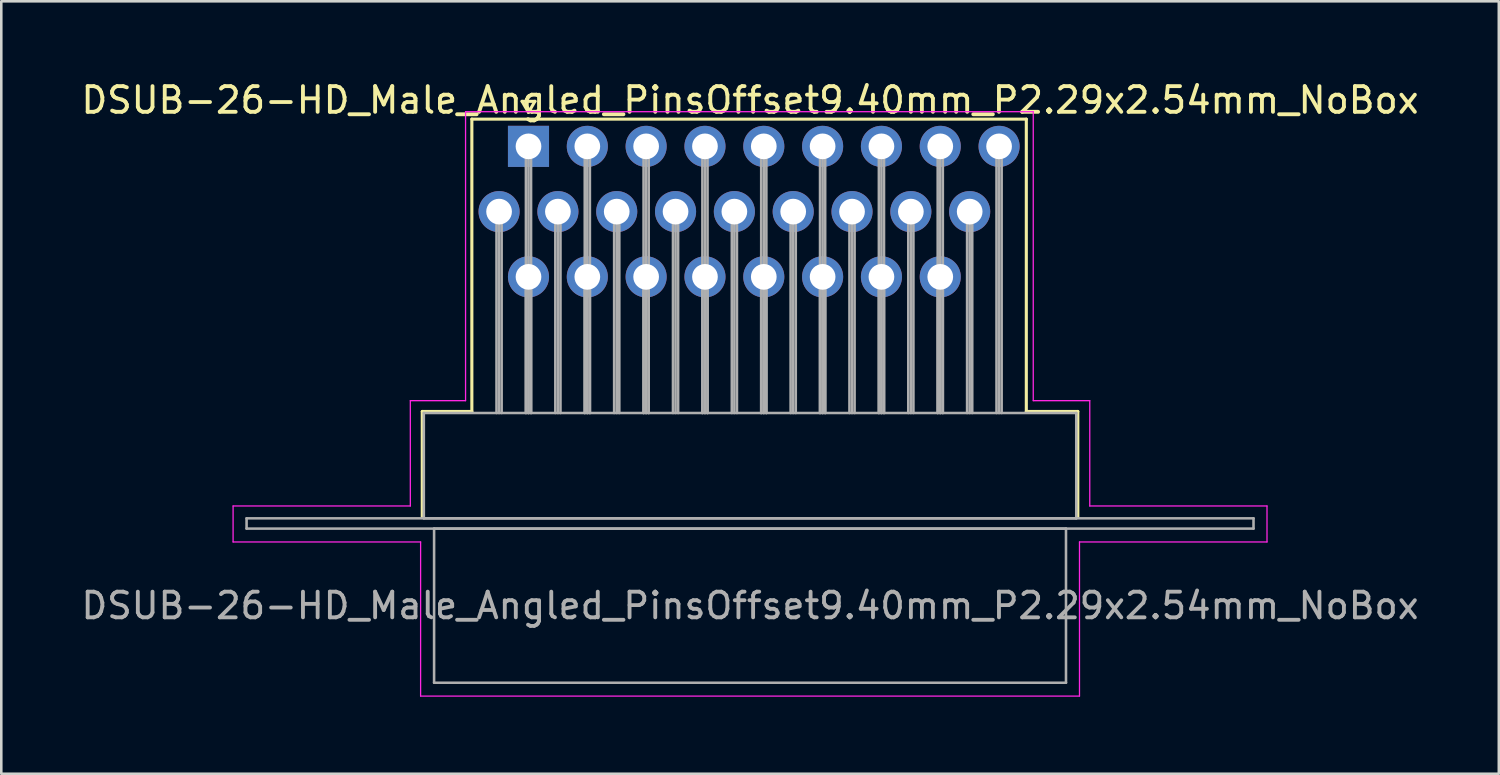
<source format=kicad_pcb>
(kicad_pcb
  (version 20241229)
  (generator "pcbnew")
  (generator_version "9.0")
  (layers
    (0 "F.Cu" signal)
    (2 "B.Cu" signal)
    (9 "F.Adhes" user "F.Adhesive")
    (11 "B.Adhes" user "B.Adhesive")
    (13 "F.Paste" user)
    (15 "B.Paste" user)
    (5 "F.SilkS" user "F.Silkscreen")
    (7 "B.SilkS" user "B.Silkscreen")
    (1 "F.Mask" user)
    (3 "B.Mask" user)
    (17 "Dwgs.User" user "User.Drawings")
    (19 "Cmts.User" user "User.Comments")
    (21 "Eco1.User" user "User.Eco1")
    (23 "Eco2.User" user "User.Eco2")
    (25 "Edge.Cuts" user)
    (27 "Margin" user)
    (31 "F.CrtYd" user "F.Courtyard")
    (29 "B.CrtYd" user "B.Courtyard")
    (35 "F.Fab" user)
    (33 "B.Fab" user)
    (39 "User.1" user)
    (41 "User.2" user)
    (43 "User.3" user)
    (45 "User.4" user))
  (footprint "DSUB-26-HD_Male_Angled_PinsOffset9.40mm_P2.29x2.54mm_NoBox"
    (layer "F.Cu")
    (at 17.524 2.648)
    (property "Reference" "DSUB-26-HD_Male_Angled_PinsOffset9.40mm_P2.29x2.54mm_NoBox" (at 8.625 -1.8 0) (layer "F.SilkS") (effects (font (size 1 1) (thickness 0.15))))
    (attr through_hole)
    (fp_line (start -4.135 10.32) (end -2.205 10.32) (stroke (width 0.12) (type solid)) (layer "F.SilkS"))
    (fp_line (start -4.135 14.42) (end -4.135 10.32) (stroke (width 0.12) (type solid)) (layer "F.SilkS"))
    (fp_line (start -2.205 -1.06) (end 19.38 -1.06) (stroke (width 0.12) (type solid)) (layer "F.SilkS"))
    (fp_line (start -2.205 10.32) (end -2.205 -1.06) (stroke (width 0.12) (type solid)) (layer "F.SilkS"))
    (fp_line (start -0.25 -1.754) (end 0.25 -1.754) (stroke (width 0.12) (type solid)) (layer "F.SilkS"))
    (fp_line (start 0 -1.321) (end -0.25 -1.754) (stroke (width 0.12) (type solid)) (layer "F.SilkS"))
    (fp_line (start 0.25 -1.754) (end 0 -1.321) (stroke (width 0.12) (type solid)) (layer "F.SilkS"))
    (fp_line (start 19.38 -1.06) (end 19.38 10.32) (stroke (width 0.12) (type solid)) (layer "F.SilkS"))
    (fp_line (start 19.38 10.32) (end 21.385 10.32) (stroke (width 0.12) (type solid)) (layer "F.SilkS"))
    (fp_line (start 21.385 10.32) (end 21.385 14.42) (stroke (width 0.12) (type solid)) (layer "F.SilkS"))
    (fp_line (start -11.5 14) (end -4.6 14) (stroke (width 0.05) (type solid)) (layer "F.CrtYd"))
    (fp_line (start -11.5 15.4) (end -11.5 14) (stroke (width 0.05) (type solid)) (layer "F.CrtYd"))
    (fp_line (start -4.6 9.9) (end -2.45 9.9) (stroke (width 0.05) (type solid)) (layer "F.CrtYd"))
    (fp_line (start -4.6 14) (end -4.6 9.9) (stroke (width 0.05) (type solid)) (layer "F.CrtYd"))
    (fp_line (start -4.2 15.4) (end -11.5 15.4) (stroke (width 0.05) (type solid)) (layer "F.CrtYd"))
    (fp_line (start -4.2 21.4) (end -4.2 15.4) (stroke (width 0.05) (type solid)) (layer "F.CrtYd"))
    (fp_line (start -2.45 -1.35) (end 19.65 -1.35) (stroke (width 0.05) (type solid)) (layer "F.CrtYd"))
    (fp_line (start -2.45 9.9) (end -2.45 -1.35) (stroke (width 0.05) (type solid)) (layer "F.CrtYd"))
    (fp_line (start 19.65 -1.35) (end 19.65 9.9) (stroke (width 0.05) (type solid)) (layer "F.CrtYd"))
    (fp_line (start 19.65 9.9) (end 21.85 9.9) (stroke (width 0.05) (type solid)) (layer "F.CrtYd"))
    (fp_line (start 21.45 15.4) (end 21.45 21.4) (stroke (width 0.05) (type solid)) (layer "F.CrtYd"))
    (fp_line (start 21.45 21.4) (end -4.2 21.4) (stroke (width 0.05) (type solid)) (layer "F.CrtYd"))
    (fp_line (start 21.85 9.9) (end 21.85 14) (stroke (width 0.05) (type solid)) (layer "F.CrtYd"))
    (fp_line (start 21.85 14) (end 28.75 14) (stroke (width 0.05) (type solid)) (layer "F.CrtYd"))
    (fp_line (start 28.75 14) (end 28.75 15.4) (stroke (width 0.05) (type solid)) (layer "F.CrtYd"))
    (fp_line (start 28.75 15.4) (end 21.45 15.4) (stroke (width 0.05) (type solid)) (layer "F.CrtYd"))
    (fp_line (start -10.975 14.48) (end -10.975 14.88) (stroke (width 0.1) (type solid)) (layer "F.Fab"))
    (fp_line (start -10.975 14.88) (end 28.225 14.88) (stroke (width 0.1) (type solid)) (layer "F.Fab"))
    (fp_line (start -4.075 10.38) (end -4.075 14.48) (stroke (width 0.1) (type solid)) (layer "F.Fab"))
    (fp_line (start -4.075 14.48) (end 21.325 14.48) (stroke (width 0.1) (type solid)) (layer "F.Fab"))
    (fp_line (start -3.675 14.88) (end -3.675 20.88) (stroke (width 0.1) (type solid)) (layer "F.Fab"))
    (fp_line (start -3.675 20.88) (end 20.925 20.88) (stroke (width 0.1) (type solid)) (layer "F.Fab"))
    (fp_line (start -1.245 2.54) (end -1.245 10.38) (stroke (width 0.1) (type solid)) (layer "F.Fab"))
    (fp_line (start -1.145 2.54) (end -1.145 10.38) (stroke (width 0.1) (type solid)) (layer "F.Fab"))
    (fp_line (start -1.045 2.54) (end -1.045 10.38) (stroke (width 0.1) (type solid)) (layer "F.Fab"))
    (fp_line (start -0.1 0) (end -0.1 10.38) (stroke (width 0.1) (type solid)) (layer "F.Fab"))
    (fp_line (start -0.1 5.08) (end -0.1 10.38) (stroke (width 0.1) (type solid)) (layer "F.Fab"))
    (fp_line (start 0 0) (end 0 10.38) (stroke (width 0.1) (type solid)) (layer "F.Fab"))
    (fp_line (start 0 5.08) (end 0 10.38) (stroke (width 0.1) (type solid)) (layer "F.Fab"))
    (fp_line (start 0.1 0) (end 0.1 10.38) (stroke (width 0.1) (type solid)) (layer "F.Fab"))
    (fp_line (start 0.1 5.08) (end 0.1 10.38) (stroke (width 0.1) (type solid)) (layer "F.Fab"))
    (fp_line (start 1.045 2.54) (end 1.045 10.38) (stroke (width 0.1) (type solid)) (layer "F.Fab"))
    (fp_line (start 1.145 2.54) (end 1.145 10.38) (stroke (width 0.1) (type solid)) (layer "F.Fab"))
    (fp_line (start 1.245 2.54) (end 1.245 10.38) (stroke (width 0.1) (type solid)) (layer "F.Fab"))
    (fp_line (start 2.19 0) (end 2.19 10.38) (stroke (width 0.1) (type solid)) (layer "F.Fab"))
    (fp_line (start 2.19 5.08) (end 2.19 10.38) (stroke (width 0.1) (type solid)) (layer "F.Fab"))
    (fp_line (start 2.29 0) (end 2.29 10.38) (stroke (width 0.1) (type solid)) (layer "F.Fab"))
    (fp_line (start 2.29 5.08) (end 2.29 10.38) (stroke (width 0.1) (type solid)) (layer "F.Fab"))
    (fp_line (start 2.39 0) (end 2.39 10.38) (stroke (width 0.1) (type solid)) (layer "F.Fab"))
    (fp_line (start 2.39 5.08) (end 2.39 10.38) (stroke (width 0.1) (type solid)) (layer "F.Fab"))
    (fp_line (start 3.335 2.54) (end 3.335 10.38) (stroke (width 0.1) (type solid)) (layer "F.Fab"))
    (fp_line (start 3.435 2.54) (end 3.435 10.38) (stroke (width 0.1) (type solid)) (layer "F.Fab"))
    (fp_line (start 3.535 2.54) (end 3.535 10.38) (stroke (width 0.1) (type solid)) (layer "F.Fab"))
    (fp_line (start 4.48 0) (end 4.48 10.38) (stroke (width 0.1) (type solid)) (layer "F.Fab"))
    (fp_line (start 4.48 5.08) (end 4.48 10.38) (stroke (width 0.1) (type solid)) (layer "F.Fab"))
    (fp_line (start 4.58 0) (end 4.58 10.38) (stroke (width 0.1) (type solid)) (layer "F.Fab"))
    (fp_line (start 4.58 5.08) (end 4.58 10.38) (stroke (width 0.1) (type solid)) (layer "F.Fab"))
    (fp_line (start 4.68 0) (end 4.68 10.38) (stroke (width 0.1) (type solid)) (layer "F.Fab"))
    (fp_line (start 4.68 5.08) (end 4.68 10.38) (stroke (width 0.1) (type solid)) (layer "F.Fab"))
    (fp_line (start 5.625 2.54) (end 5.625 10.38) (stroke (width 0.1) (type solid)) (layer "F.Fab"))
    (fp_line (start 5.725 2.54) (end 5.725 10.38) (stroke (width 0.1) (type solid)) (layer "F.Fab"))
    (fp_line (start 5.825 2.54) (end 5.825 10.38) (stroke (width 0.1) (type solid)) (layer "F.Fab"))
    (fp_line (start 6.77 0) (end 6.77 10.38) (stroke (width 0.1) (type solid)) (layer "F.Fab"))
    (fp_line (start 6.77 5.08) (end 6.77 10.38) (stroke (width 0.1) (type solid)) (layer "F.Fab"))
    (fp_line (start 6.87 0) (end 6.87 10.38) (stroke (width 0.1) (type solid)) (layer "F.Fab"))
    (fp_line (start 6.87 5.08) (end 6.87 10.38) (stroke (width 0.1) (type solid)) (layer "F.Fab"))
    (fp_line (start 6.97 0) (end 6.97 10.38) (stroke (width 0.1) (type solid)) (layer "F.Fab"))
    (fp_line (start 6.97 5.08) (end 6.97 10.38) (stroke (width 0.1) (type solid)) (layer "F.Fab"))
    (fp_line (start 7.915 2.54) (end 7.915 10.38) (stroke (width 0.1) (type solid)) (layer "F.Fab"))
    (fp_line (start 8.015 2.54) (end 8.015 10.38) (stroke (width 0.1) (type solid)) (layer "F.Fab"))
    (fp_line (start 8.115 2.54) (end 8.115 10.38) (stroke (width 0.1) (type solid)) (layer "F.Fab"))
    (fp_line (start 9.06 0) (end 9.06 10.38) (stroke (width 0.1) (type solid)) (layer "F.Fab"))
    (fp_line (start 9.06 5.08) (end 9.06 10.38) (stroke (width 0.1) (type solid)) (layer "F.Fab"))
    (fp_line (start 9.16 0) (end 9.16 10.38) (stroke (width 0.1) (type solid)) (layer "F.Fab"))
    (fp_line (start 9.16 5.08) (end 9.16 10.38) (stroke (width 0.1) (type solid)) (layer "F.Fab"))
    (fp_line (start 9.26 0) (end 9.26 10.38) (stroke (width 0.1) (type solid)) (layer "F.Fab"))
    (fp_line (start 9.26 5.08) (end 9.26 10.38) (stroke (width 0.1) (type solid)) (layer "F.Fab"))
    (fp_line (start 10.205 2.54) (end 10.205 10.38) (stroke (width 0.1) (type solid)) (layer "F.Fab"))
    (fp_line (start 10.305 2.54) (end 10.305 10.38) (stroke (width 0.1) (type solid)) (layer "F.Fab"))
    (fp_line (start 10.405 2.54) (end 10.405 10.38) (stroke (width 0.1) (type solid)) (layer "F.Fab"))
    (fp_line (start 11.35 0) (end 11.35 10.38) (stroke (width 0.1) (type solid)) (layer "F.Fab"))
    (fp_line (start 11.35 5.08) (end 11.35 10.38) (stroke (width 0.1) (type solid)) (layer "F.Fab"))
    (fp_line (start 11.45 0) (end 11.45 10.38) (stroke (width 0.1) (type solid)) (layer "F.Fab"))
    (fp_line (start 11.45 5.08) (end 11.45 10.38) (stroke (width 0.1) (type solid)) (layer "F.Fab"))
    (fp_line (start 11.55 0) (end 11.55 10.38) (stroke (width 0.1) (type solid)) (layer "F.Fab"))
    (fp_line (start 11.55 5.08) (end 11.55 10.38) (stroke (width 0.1) (type solid)) (layer "F.Fab"))
    (fp_line (start 12.495 2.54) (end 12.495 10.38) (stroke (width 0.1) (type solid)) (layer "F.Fab"))
    (fp_line (start 12.595 2.54) (end 12.595 10.38) (stroke (width 0.1) (type solid)) (layer "F.Fab"))
    (fp_line (start 12.695 2.54) (end 12.695 10.38) (stroke (width 0.1) (type solid)) (layer "F.Fab"))
    (fp_line (start 13.64 0) (end 13.64 10.38) (stroke (width 0.1) (type solid)) (layer "F.Fab"))
    (fp_line (start 13.64 5.08) (end 13.64 10.38) (stroke (width 0.1) (type solid)) (layer "F.Fab"))
    (fp_line (start 13.74 0) (end 13.74 10.38) (stroke (width 0.1) (type solid)) (layer "F.Fab"))
    (fp_line (start 13.74 5.08) (end 13.74 10.38) (stroke (width 0.1) (type solid)) (layer "F.Fab"))
    (fp_line (start 13.84 0) (end 13.84 10.38) (stroke (width 0.1) (type solid)) (layer "F.Fab"))
    (fp_line (start 13.84 5.08) (end 13.84 10.38) (stroke (width 0.1) (type solid)) (layer "F.Fab"))
    (fp_line (start 14.785 2.54) (end 14.785 10.38) (stroke (width 0.1) (type solid)) (layer "F.Fab"))
    (fp_line (start 14.885 2.54) (end 14.885 10.38) (stroke (width 0.1) (type solid)) (layer "F.Fab"))
    (fp_line (start 14.985 2.54) (end 14.985 10.38) (stroke (width 0.1) (type solid)) (layer "F.Fab"))
    (fp_line (start 15.93 0) (end 15.93 10.38) (stroke (width 0.1) (type solid)) (layer "F.Fab"))
    (fp_line (start 15.93 5.08) (end 15.93 10.38) (stroke (width 0.1) (type solid)) (layer "F.Fab"))
    (fp_line (start 16.03 0) (end 16.03 10.38) (stroke (width 0.1) (type solid)) (layer "F.Fab"))
    (fp_line (start 16.03 5.08) (end 16.03 10.38) (stroke (width 0.1) (type solid)) (layer "F.Fab"))
    (fp_line (start 16.13 0) (end 16.13 10.38) (stroke (width 0.1) (type solid)) (layer "F.Fab"))
    (fp_line (start 16.13 5.08) (end 16.13 10.38) (stroke (width 0.1) (type solid)) (layer "F.Fab"))
    (fp_line (start 17.075 2.54) (end 17.075 10.38) (stroke (width 0.1) (type solid)) (layer "F.Fab"))
    (fp_line (start 17.175 2.54) (end 17.175 10.38) (stroke (width 0.1) (type solid)) (layer "F.Fab"))
    (fp_line (start 17.275 2.54) (end 17.275 10.38) (stroke (width 0.1) (type solid)) (layer "F.Fab"))
    (fp_line (start 18.22 0) (end 18.22 10.38) (stroke (width 0.1) (type solid)) (layer "F.Fab"))
    (fp_line (start 18.32 0) (end 18.32 10.38) (stroke (width 0.1) (type solid)) (layer "F.Fab"))
    (fp_line (start 18.42 0) (end 18.42 10.38) (stroke (width 0.1) (type solid)) (layer "F.Fab"))
    (fp_line (start 20.925 14.88) (end -3.675 14.88) (stroke (width 0.1) (type solid)) (layer "F.Fab"))
    (fp_line (start 20.925 20.88) (end 20.925 14.88) (stroke (width 0.1) (type solid)) (layer "F.Fab"))
    (fp_line (start 21.325 10.38) (end -4.075 10.38) (stroke (width 0.1) (type solid)) (layer "F.Fab"))
    (fp_line (start 21.325 14.48) (end 21.325 10.38) (stroke (width 0.1) (type solid)) (layer "F.Fab"))
    (fp_line (start 28.225 14.48) (end -10.975 14.48) (stroke (width 0.1) (type solid)) (layer "F.Fab"))
    (fp_line (start 28.225 14.88) (end 28.225 14.48) (stroke (width 0.1) (type solid)) (layer "F.Fab"))
    (fp_text user "${REFERENCE}" (at 8.625 17.88 0) (layer "F.Fab") (effects (font (size 1 1) (thickness 0.15))))
    (pad "1" thru_hole rect (at 0 0) (size 1.6 1.6) (drill 1) (layers "*.Cu" "*.Mask"))
    (pad "2" thru_hole circle (at 2.29 0) (size 1.6 1.6) (drill 1) (layers "*.Cu" "*.Mask"))
    (pad "3" thru_hole circle (at 4.58 0) (size 1.6 1.6) (drill 1) (layers "*.Cu" "*.Mask"))
    (pad "4" thru_hole circle (at 6.87 0) (size 1.6 1.6) (drill 1) (layers "*.Cu" "*.Mask"))
    (pad "5" thru_hole circle (at 9.16 0) (size 1.6 1.6) (drill 1) (layers "*.Cu" "*.Mask"))
    (pad "6" thru_hole circle (at 11.45 0) (size 1.6 1.6) (drill 1) (layers "*.Cu" "*.Mask"))
    (pad "7" thru_hole circle (at 13.74 0) (size 1.6 1.6) (drill 1) (layers "*.Cu" "*.Mask"))
    (pad "8" thru_hole circle (at 16.03 0) (size 1.6 1.6) (drill 1) (layers "*.Cu" "*.Mask"))
    (pad "9" thru_hole circle (at 18.32 0) (size 1.6 1.6) (drill 1) (layers "*.Cu" "*.Mask"))
    (pad "10" thru_hole circle (at -1.145 2.54) (size 1.6 1.6) (drill 1) (layers "*.Cu" "*.Mask"))
    (pad "11" thru_hole circle (at 1.145 2.54) (size 1.6 1.6) (drill 1) (layers "*.Cu" "*.Mask"))
    (pad "12" thru_hole circle (at 3.435 2.54) (size 1.6 1.6) (drill 1) (layers "*.Cu" "*.Mask"))
    (pad "13" thru_hole circle (at 5.725 2.54) (size 1.6 1.6) (drill 1) (layers "*.Cu" "*.Mask"))
    (pad "14" thru_hole circle (at 8.015 2.54) (size 1.6 1.6) (drill 1) (layers "*.Cu" "*.Mask"))
    (pad "15" thru_hole circle (at 10.305 2.54) (size 1.6 1.6) (drill 1) (layers "*.Cu" "*.Mask"))
    (pad "16" thru_hole circle (at 12.595 2.54) (size 1.6 1.6) (drill 1) (layers "*.Cu" "*.Mask"))
    (pad "17" thru_hole circle (at 14.885 2.54) (size 1.6 1.6) (drill 1) (layers "*.Cu" "*.Mask"))
    (pad "18" thru_hole circle (at 17.175 2.54) (size 1.6 1.6) (drill 1) (layers "*.Cu" "*.Mask"))
    (pad "19" thru_hole circle (at 0 5.08) (size 1.6 1.6) (drill 1) (layers "*.Cu" "*.Mask"))
    (pad "20" thru_hole circle (at 2.29 5.08) (size 1.6 1.6) (drill 1) (layers "*.Cu" "*.Mask"))
    (pad "21" thru_hole circle (at 4.58 5.08) (size 1.6 1.6) (drill 1) (layers "*.Cu" "*.Mask"))
    (pad "22" thru_hole circle (at 6.87 5.08) (size 1.6 1.6) (drill 1) (layers "*.Cu" "*.Mask"))
    (pad "23" thru_hole circle (at 9.16 5.08) (size 1.6 1.6) (drill 1) (layers "*.Cu" "*.Mask"))
    (pad "24" thru_hole circle (at 11.45 5.08) (size 1.6 1.6) (drill 1) (layers "*.Cu" "*.Mask"))
    (pad "25" thru_hole circle (at 13.74 5.08) (size 1.6 1.6) (drill 1) (layers "*.Cu" "*.Mask"))
    (pad "26" thru_hole circle (at 16.03 5.08) (size 1.6 1.6) (drill 1) (layers "*.Cu" "*.Mask")))
  (gr_rect
    (start -3 -3)
    (end 55.298 27.073)
    (stroke (width 0.1) (type default))
    (fill no)
    (layer "Edge.Cuts")))
</source>
